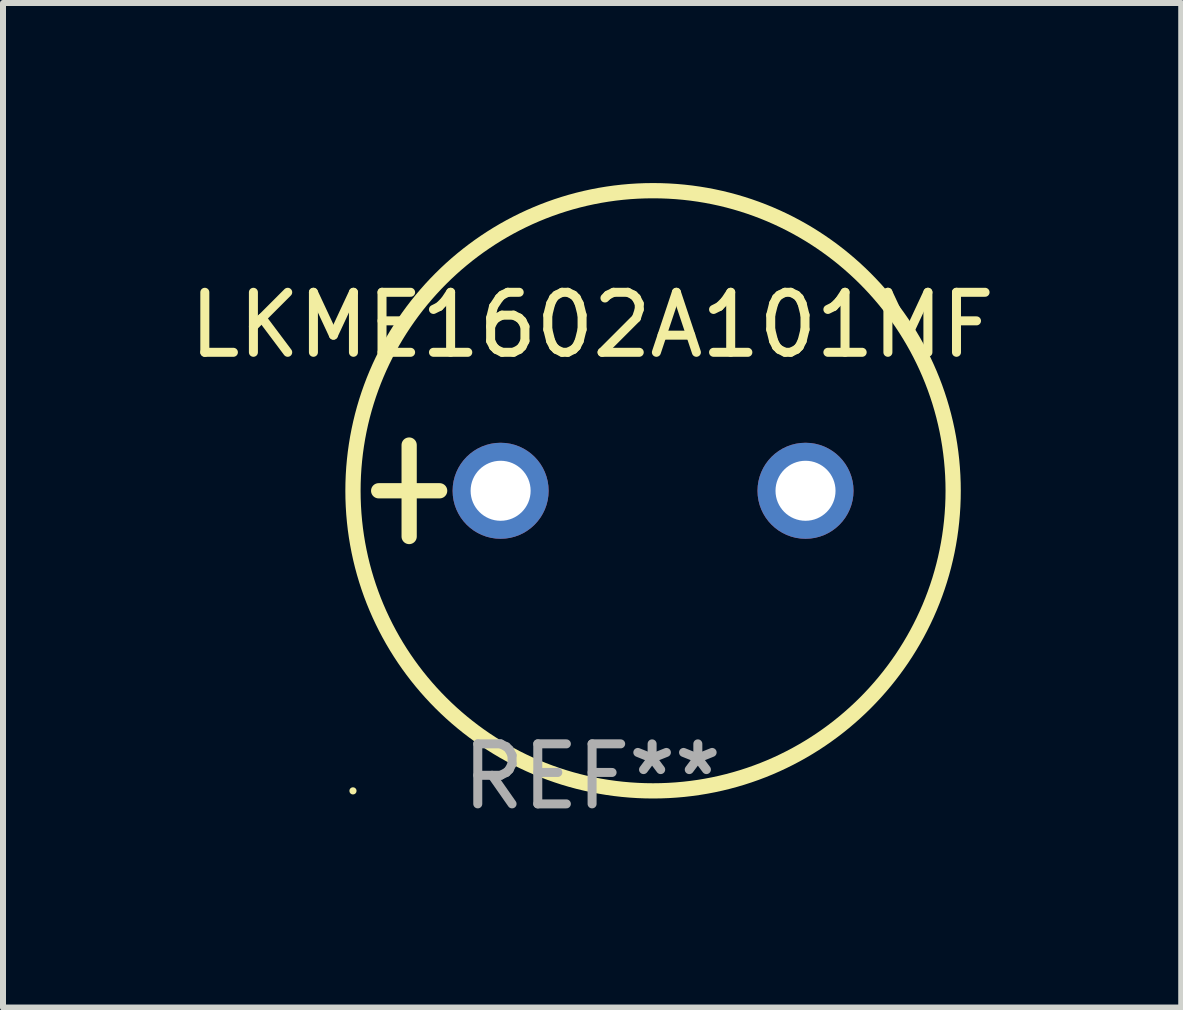
<source format=kicad_pcb>
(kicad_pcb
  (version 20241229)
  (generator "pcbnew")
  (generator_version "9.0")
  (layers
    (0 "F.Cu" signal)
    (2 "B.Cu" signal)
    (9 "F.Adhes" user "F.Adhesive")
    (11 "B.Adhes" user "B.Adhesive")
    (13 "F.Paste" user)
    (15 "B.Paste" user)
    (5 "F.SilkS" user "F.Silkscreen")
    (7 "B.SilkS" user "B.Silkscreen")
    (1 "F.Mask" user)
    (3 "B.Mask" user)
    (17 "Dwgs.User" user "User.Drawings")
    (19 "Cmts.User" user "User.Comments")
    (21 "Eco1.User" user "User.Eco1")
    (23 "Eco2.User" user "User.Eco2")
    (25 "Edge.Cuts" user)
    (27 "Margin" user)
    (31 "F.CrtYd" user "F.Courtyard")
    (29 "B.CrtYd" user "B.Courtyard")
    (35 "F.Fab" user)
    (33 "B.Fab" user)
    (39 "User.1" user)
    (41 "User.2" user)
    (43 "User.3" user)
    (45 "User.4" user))
  (footprint "LKME1602A101MF"
    (layer "F.Cu")
    (at 6.815 5.127)
    (property "Reference" "LKME1602A101MF" (at 0 -2.762 0) (layer "F.SilkS") (effects (font (size 1 1) (thickness 0.15))))
    (attr through_hole)
    (fp_line (start -3.556 0) (end -2.54 0) (stroke (width 0.254) (type solid)) (layer "F.SilkS"))
    (fp_line (start -3.048 -0.762) (end -3.048 0.762) (stroke (width 0.254) (type solid)) (layer "F.SilkS"))
    (fp_circle (center -3.984 5) (end -3.954 5) (stroke (width 0.06) (type solid)) (fill no) (layer "F.SilkS"))
    (fp_circle (center 1.016 0) (end 6.016 0) (stroke (width 0.254) (type solid)) (fill no) (layer "F.SilkS"))
    (fp_text user "REF**" (at 0 4.762 0) (layer "F.Fab") (effects (font (size 1 1) (thickness 0.15))))
    (pad "1" thru_hole circle (at -1.524 0) (size 1.6 1.6) (drill 1) (layers "*.Cu" "*.Mask"))
    (pad "2" thru_hole circle (at 3.556 0) (size 1.6 1.6) (drill 1) (layers "*.Cu" "*.Mask")))
  (gr_rect
    (start -3 -3)
    (end 16.631 13.737)
    (stroke (width 0.1) (type default))
    (fill no)
    (layer "Edge.Cuts")))
</source>
